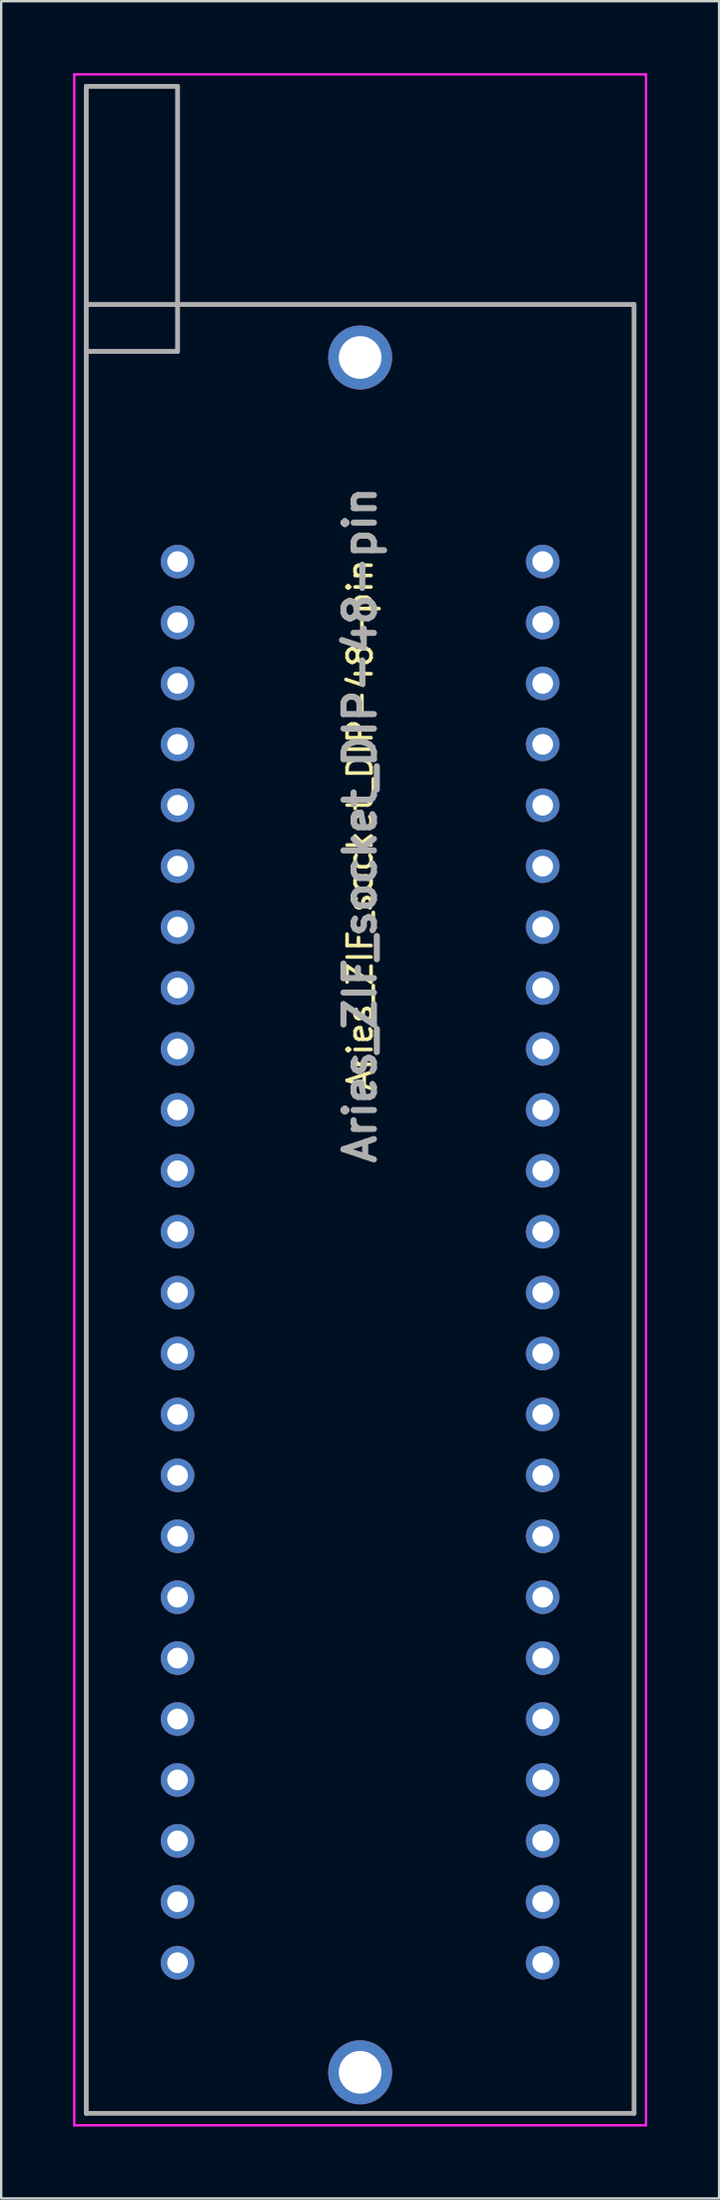
<source format=kicad_pcb>
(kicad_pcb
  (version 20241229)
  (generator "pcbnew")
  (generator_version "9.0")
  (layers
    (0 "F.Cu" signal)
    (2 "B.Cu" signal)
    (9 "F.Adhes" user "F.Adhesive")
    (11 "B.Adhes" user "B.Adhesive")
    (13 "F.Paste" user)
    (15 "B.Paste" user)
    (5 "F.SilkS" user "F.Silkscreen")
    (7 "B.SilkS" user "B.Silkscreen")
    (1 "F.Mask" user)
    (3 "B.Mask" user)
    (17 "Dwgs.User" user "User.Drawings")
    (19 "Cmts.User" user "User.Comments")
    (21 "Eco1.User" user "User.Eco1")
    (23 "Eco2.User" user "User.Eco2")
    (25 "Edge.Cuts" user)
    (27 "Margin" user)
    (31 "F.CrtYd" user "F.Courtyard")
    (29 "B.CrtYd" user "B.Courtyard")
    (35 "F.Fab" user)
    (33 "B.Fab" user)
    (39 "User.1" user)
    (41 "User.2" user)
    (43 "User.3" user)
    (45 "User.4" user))
  (footprint "Aries_ZIF_socket_DIP-48-pin"
    (layer "F.Cu")
    (at 11.98 34.335)
    (property "Reference" "Aries_ZIF_socket_DIP-48-pin" (at 0 -2.985 90) (layer "F.SilkS") (effects (font (size 1 1) (thickness 0.15))))
    (attr through_hole)
    (fp_line (start -11.43 -24.69) (end 11.43 -24.69) (stroke (width 0.1) (type solid)) (layer "F.SilkS"))
    (fp_line (start -11.43 25.33) (end -11.43 -24.69) (stroke (width 0.1) (type solid)) (layer "F.SilkS"))
    (fp_line (start 11.43 -24.69) (end 11.43 25.33) (stroke (width 0.1) (type solid)) (layer "F.SilkS"))
    (fp_line (start 11.43 50.73) (end -11.43 50.73) (stroke (width 0.1) (type solid)) (layer "F.SilkS"))
    (fp_line (start -11.93 -34.285) (end 11.93 -34.285) (stroke (width 0.1) (type solid)) (layer "F.CrtYd"))
    (fp_line (start -11.93 51.23) (end -11.93 -34.285) (stroke (width 0.1) (type solid)) (layer "F.CrtYd"))
    (fp_line (start 11.93 -34.285) (end 11.93 51.23) (stroke (width 0.1) (type solid)) (layer "F.CrtYd"))
    (fp_line (start 11.93 51.23) (end -11.93 51.23) (stroke (width 0.1) (type solid)) (layer "F.CrtYd"))
    (fp_line (start -11.43 -33.785) (end -7.62 -33.785) (stroke (width 0.2) (type solid)) (layer "F.Fab"))
    (fp_line (start -11.43 -24.69) (end 11.43 -24.69) (stroke (width 0.2) (type solid)) (layer "F.Fab"))
    (fp_line (start -11.43 -22.735) (end -11.43 -33.785) (stroke (width 0.2) (type solid)) (layer "F.Fab"))
    (fp_line (start -11.43 50.73) (end -11.43 -22.735) (stroke (width 0.2) (type solid)) (layer "F.Fab"))
    (fp_line (start -7.62 -33.785) (end -7.62 -22.735) (stroke (width 0.2) (type solid)) (layer "F.Fab"))
    (fp_line (start -7.62 -22.735) (end -11.43 -22.735) (stroke (width 0.2) (type solid)) (layer "F.Fab"))
    (fp_line (start 11.43 -24.69) (end 11.43 50.73) (stroke (width 0.2) (type solid)) (layer "F.Fab"))
    (fp_line (start 11.43 50.73) (end -11.43 50.73) (stroke (width 0.2) (type solid)) (layer "F.Fab"))
    (fp_text user "${REFERENCE}" (at 0 -2.985 90) (layer "F.Fab") (effects (font (size 1.27 1.27) (thickness 0.254))))
    (pad "1" thru_hole circle (at -7.62 -13.97 90) (size 1.403 1.403) (drill 0.864) (layers "*.Cu" "*.Mask"))
    (pad "2" thru_hole circle (at -7.62 -11.43 90) (size 1.403 1.403) (drill 0.864) (layers "*.Cu" "*.Mask"))
    (pad "3" thru_hole circle (at -7.62 -8.89 90) (size 1.403 1.403) (drill 0.864) (layers "*.Cu" "*.Mask"))
    (pad "4" thru_hole circle (at -7.62 -6.35 90) (size 1.403 1.403) (drill 0.864) (layers "*.Cu" "*.Mask"))
    (pad "5" thru_hole circle (at -7.62 -3.81 90) (size 1.403 1.403) (drill 0.864) (layers "*.Cu" "*.Mask"))
    (pad "6" thru_hole circle (at -7.62 -1.27 90) (size 1.403 1.403) (drill 0.864) (layers "*.Cu" "*.Mask"))
    (pad "7" thru_hole circle (at -7.62 1.27 90) (size 1.403 1.403) (drill 0.864) (layers "*.Cu" "*.Mask"))
    (pad "8" thru_hole circle (at -7.62 3.81 90) (size 1.403 1.403) (drill 0.864) (layers "*.Cu" "*.Mask"))
    (pad "9" thru_hole circle (at -7.62 6.35 90) (size 1.403 1.403) (drill 0.864) (layers "*.Cu" "*.Mask"))
    (pad "10" thru_hole circle (at -7.62 8.89 90) (size 1.403 1.403) (drill 0.864) (layers "*.Cu" "*.Mask"))
    (pad "11" thru_hole circle (at -7.62 11.43 90) (size 1.403 1.403) (drill 0.864) (layers "*.Cu" "*.Mask"))
    (pad "12" thru_hole circle (at -7.62 13.97 90) (size 1.403 1.403) (drill 0.864) (layers "*.Cu" "*.Mask"))
    (pad "13" thru_hole circle (at -7.62 16.51 90) (size 1.403 1.403) (drill 0.864) (layers "*.Cu" "*.Mask"))
    (pad "14" thru_hole circle (at -7.62 19.05 90) (size 1.403 1.403) (drill 0.864) (layers "*.Cu" "*.Mask"))
    (pad "15" thru_hole circle (at -7.62 21.59 90) (size 1.403 1.403) (drill 0.864) (layers "*.Cu" "*.Mask"))
    (pad "16" thru_hole circle (at -7.62 24.13 90) (size 1.403 1.403) (drill 0.864) (layers "*.Cu" "*.Mask"))
    (pad "17" thru_hole circle (at -7.62 26.67 90) (size 1.403 1.403) (drill 0.864) (layers "*.Cu" "*.Mask"))
    (pad "18" thru_hole circle (at -7.62 29.21 90) (size 1.403 1.403) (drill 0.864) (layers "*.Cu" "*.Mask"))
    (pad "19" thru_hole circle (at -7.62 31.75 90) (size 1.403 1.403) (drill 0.864) (layers "*.Cu" "*.Mask"))
    (pad "20" thru_hole circle (at -7.62 34.29 90) (size 1.403 1.403) (drill 0.864) (layers "*.Cu" "*.Mask"))
    (pad "21" thru_hole circle (at -7.62 36.83 90) (size 1.403 1.403) (drill 0.864) (layers "*.Cu" "*.Mask"))
    (pad "22" thru_hole circle (at -7.62 39.37 90) (size 1.403 1.403) (drill 0.864) (layers "*.Cu" "*.Mask"))
    (pad "23" thru_hole circle (at -7.62 41.91 90) (size 1.403 1.403) (drill 0.864) (layers "*.Cu" "*.Mask"))
    (pad "24" thru_hole circle (at -7.62 44.45 90) (size 1.403 1.403) (drill 0.864) (layers "*.Cu" "*.Mask"))
    (pad "25" thru_hole circle (at 7.62 44.45 90) (size 1.403 1.403) (drill 0.864) (layers "*.Cu" "*.Mask"))
    (pad "26" thru_hole circle (at 7.62 41.91 90) (size 1.403 1.403) (drill 0.864) (layers "*.Cu" "*.Mask"))
    (pad "27" thru_hole circle (at 7.62 39.37 90) (size 1.403 1.403) (drill 0.864) (layers "*.Cu" "*.Mask"))
    (pad "28" thru_hole circle (at 7.62 36.83 90) (size 1.403 1.403) (drill 0.864) (layers "*.Cu" "*.Mask"))
    (pad "29" thru_hole circle (at 7.62 34.29 90) (size 1.403 1.403) (drill 0.864) (layers "*.Cu" "*.Mask"))
    (pad "30" thru_hole circle (at 7.62 31.75 90) (size 1.403 1.403) (drill 0.864) (layers "*.Cu" "*.Mask"))
    (pad "31" thru_hole circle (at 7.62 29.21 90) (size 1.403 1.403) (drill 0.864) (layers "*.Cu" "*.Mask"))
    (pad "32" thru_hole circle (at 7.62 26.67 90) (size 1.403 1.403) (drill 0.864) (layers "*.Cu" "*.Mask"))
    (pad "33" thru_hole circle (at 7.62 24.13 90) (size 1.403 1.403) (drill 0.864) (layers "*.Cu" "*.Mask"))
    (pad "34" thru_hole circle (at 7.62 21.59 90) (size 1.403 1.403) (drill 0.864) (layers "*.Cu" "*.Mask"))
    (pad "35" thru_hole circle (at 7.62 19.05 90) (size 1.403 1.403) (drill 0.864) (layers "*.Cu" "*.Mask"))
    (pad "36" thru_hole circle (at 7.62 16.51 90) (size 1.403 1.403) (drill 0.864) (layers "*.Cu" "*.Mask"))
    (pad "37" thru_hole circle (at 7.62 13.97 90) (size 1.403 1.403) (drill 0.864) (layers "*.Cu" "*.Mask"))
    (pad "38" thru_hole circle (at 7.62 11.43 90) (size 1.403 1.403) (drill 0.864) (layers "*.Cu" "*.Mask"))
    (pad "39" thru_hole circle (at 7.62 8.89 90) (size 1.403 1.403) (drill 0.864) (layers "*.Cu" "*.Mask"))
    (pad "40" thru_hole circle (at 7.62 6.35 90) (size 1.403 1.403) (drill 0.864) (layers "*.Cu" "*.Mask"))
    (pad "41" thru_hole circle (at 7.62 3.81 90) (size 1.403 1.403) (drill 0.864) (layers "*.Cu" "*.Mask"))
    (pad "42" thru_hole circle (at 7.62 1.27 90) (size 1.403 1.403) (drill 0.864) (layers "*.Cu" "*.Mask"))
    (pad "43" thru_hole circle (at 7.62 -1.27 90) (size 1.403 1.403) (drill 0.864) (layers "*.Cu" "*.Mask"))
    (pad "44" thru_hole circle (at 7.62 -3.81 90) (size 1.403 1.403) (drill 0.864) (layers "*.Cu" "*.Mask"))
    (pad "45" thru_hole circle (at 7.62 -6.35 90) (size 1.403 1.403) (drill 0.864) (layers "*.Cu" "*.Mask"))
    (pad "46" thru_hole circle (at 7.62 -8.89 90) (size 1.403 1.403) (drill 0.864) (layers "*.Cu" "*.Mask"))
    (pad "47" thru_hole circle (at 7.62 -11.43 90) (size 1.403 1.403) (drill 0.864) (layers "*.Cu" "*.Mask"))
    (pad "48" thru_hole circle (at 7.62 -13.97 90) (size 1.403 1.403) (drill 0.864) (layers "*.Cu" "*.Mask"))
    (pad "MH1" thru_hole circle (at 0 49.02 90) (size 2.67 2.67) (drill 1.78) (layers "*.Cu" "*.Mask"))
    (pad "MH2" thru_hole circle (at 0 -22.48 90) (size 2.67 2.67) (drill 1.78) (layers "*.Cu" "*.Mask")))
  (gr_rect
    (start -3 -3)
    (end 26.96 88.615)
    (stroke (width 0.1) (type default))
    (fill no)
    (layer "Edge.Cuts")))
</source>
